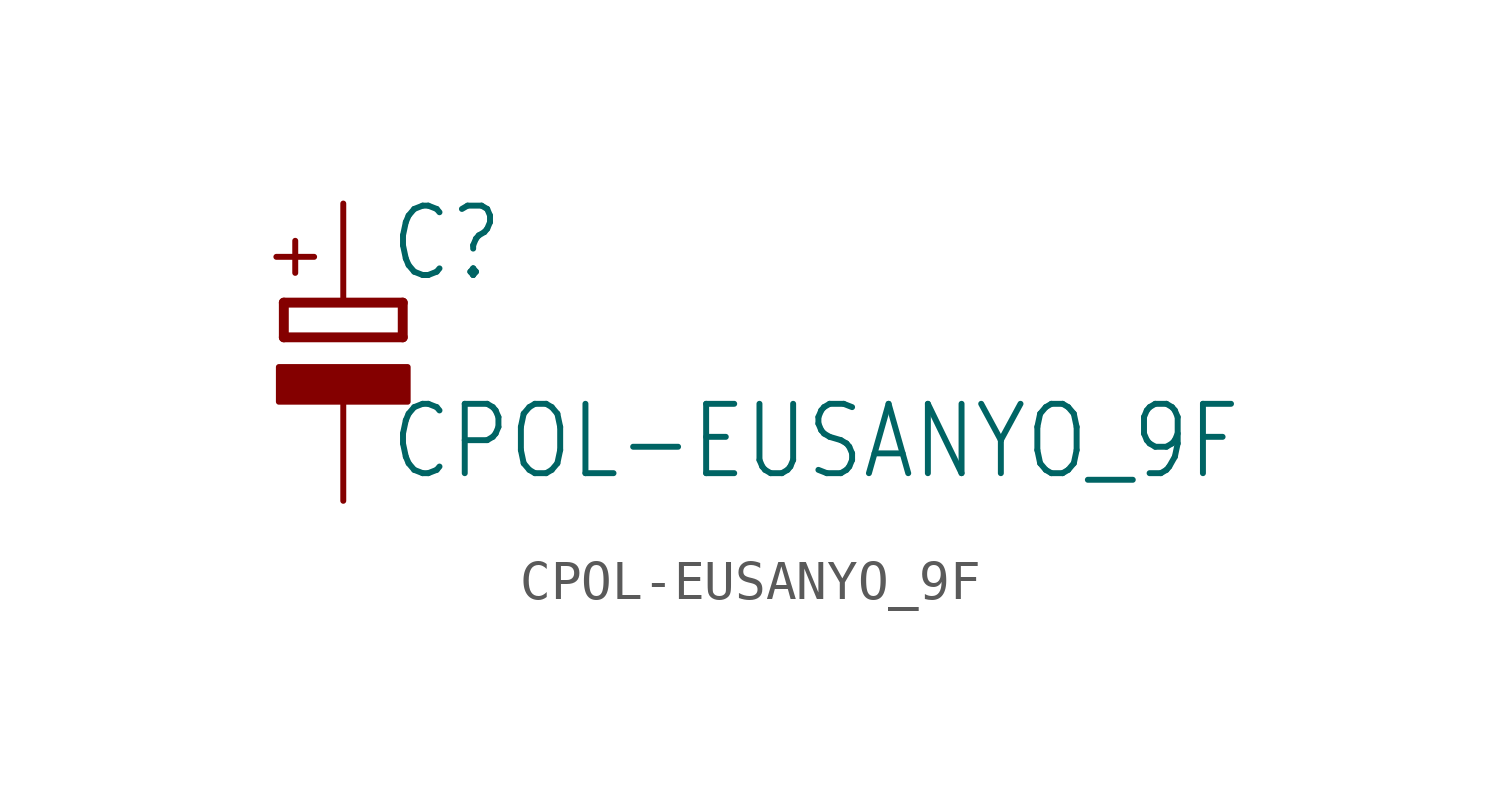
<source format=kicad_sym>
(kicad_symbol_lib
  (version 20220914)
  (generator kicad_symbol_editor)
  (symbol "CPOL-EUSANYO_9F"
    (property "Reference" "C"
      (at 1.143 0.483 0)
      (effects (font (size 1.778 1.511)) (justify left bottom)))
    (property "Value" "CPOL-EUSANYO_9F"
      (at 1.143 -4.597 0)
      (effects (font (size 1.778 1.511)) (justify left bottom)))
    (property "ki_locked" ""
      (at 0 0 0)
      (effects (font (size 1.27 1.27))))
    (symbol "CPOL-EUSANYO_9F_1_0"
      (rectangle (start -1.651 -2.54) (end 1.651 -1.651) (stroke (width 0) (type default)) (fill (type outline)))
      (polyline (pts (xy -1.524 -0.889) (xy 1.524 -0.889)) (stroke (width 0.254) (type default)) (fill (type none)))
      (polyline (pts (xy -1.524 0) (xy -1.524 -0.889)) (stroke (width 0.254) (type default)) (fill (type none)))
      (polyline (pts (xy -1.524 0) (xy 1.524 0)) (stroke (width 0.254) (type default)) (fill (type none)))
      (polyline (pts (xy 1.524 -0.889) (xy 1.524 0)) (stroke (width 0.254) (type default)) (fill (type none)))
      (text "+" (at -0.584 0.406 900) (effects (font (size 1.27 1.079)) (justify left bottom)))
      (pin passive line (at 0 2.54 270) (length 2.54) (name "+" (effects (font (size 0 0)))) (number "+" (effects (font (size 0 0)))))
      (pin passive line (at 0 -5.08 90) (length 2.54) (name "-" (effects (font (size 0 0)))) (number "-" (effects (font (size 0 0))))))))
</source>
